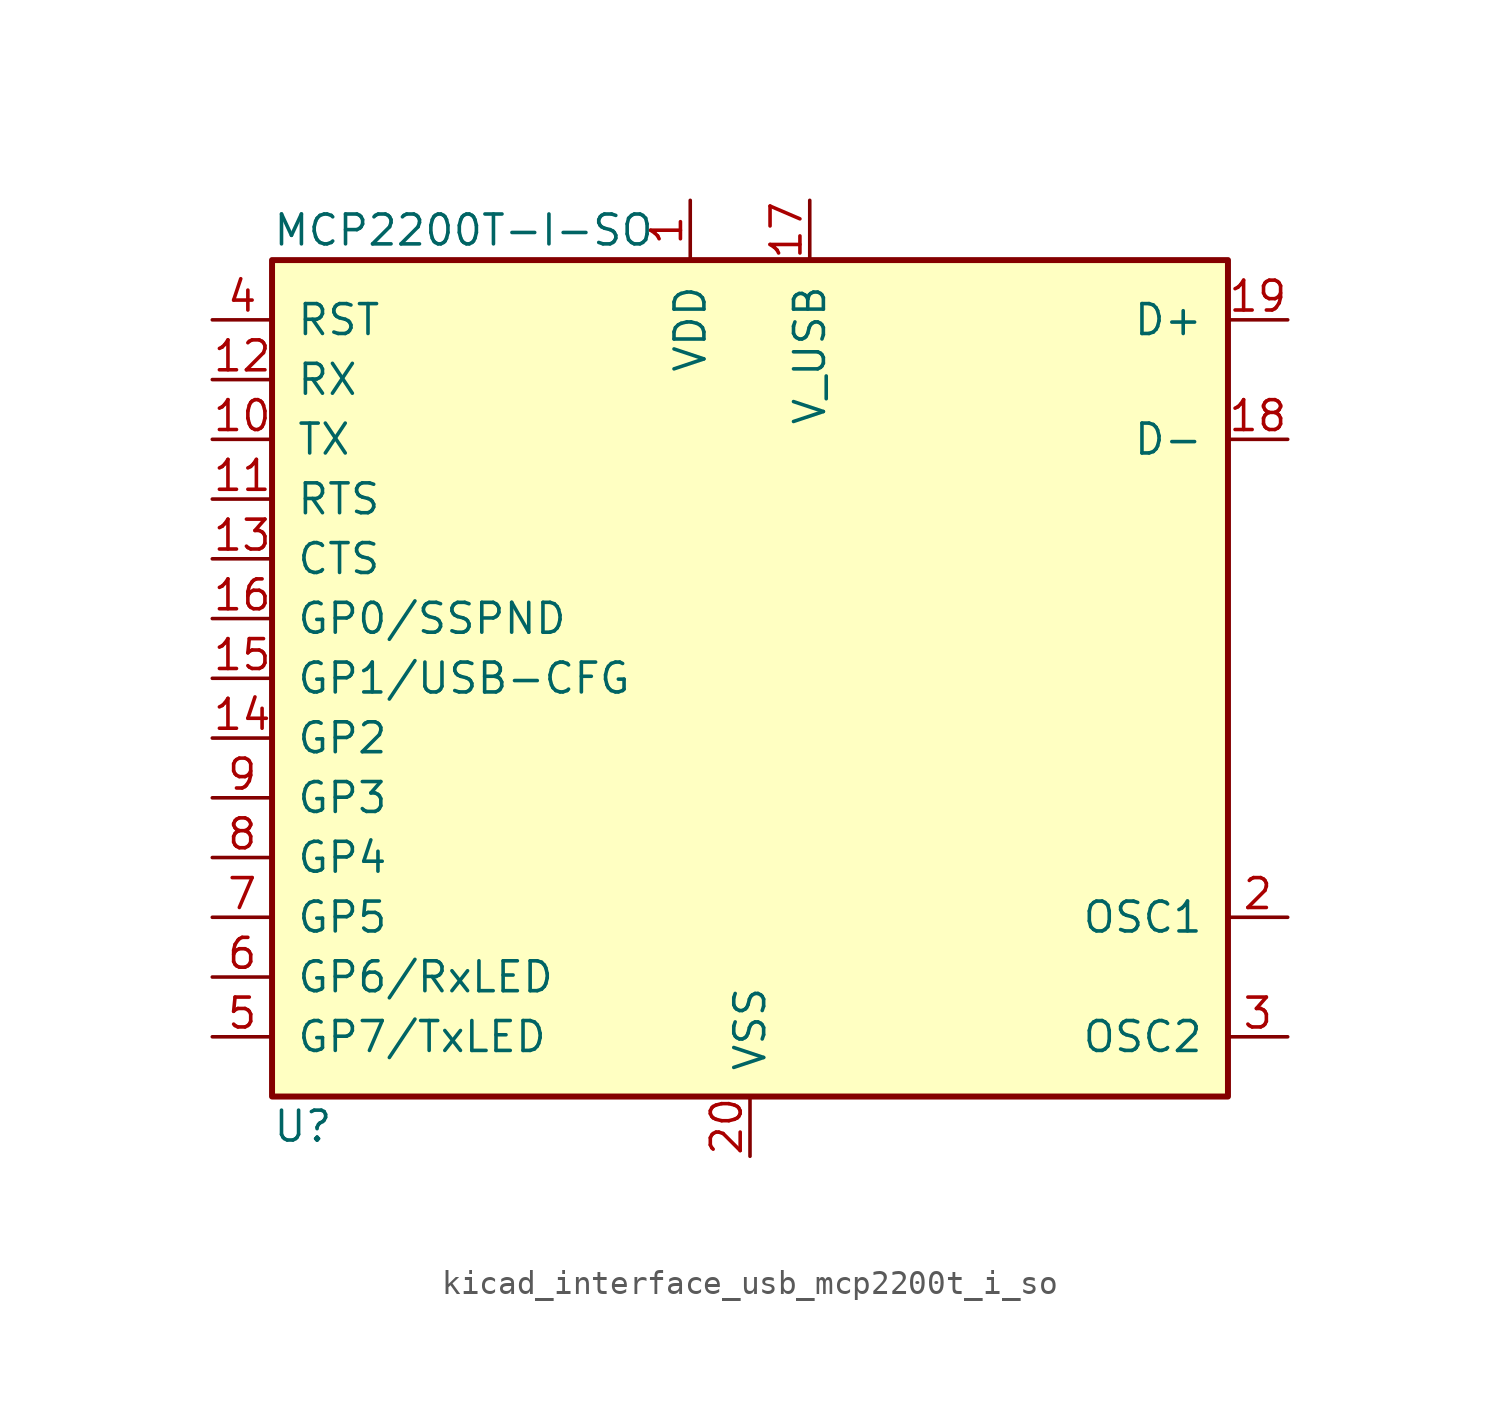
<source format=kicad_sym>
(kicad_symbol_lib
  (version 20220914)
  (generator kicad_symbol_editor)
  (symbol "kicad_interface_usb_mcp2200t_i_so"
    (pin_names
      (offset 1.016))
    (property "Reference" "U"
      (at -20.32 -19.05 0)
      (effects (font (size 1.27 1.27)) (justify left)))
    (property "Value" "MCP2200T-I-SO"
      (at -20.32 19.05 0)
      (effects (font (size 1.27 1.27)) (justify left)))
    (symbol "kicad_interface_usb_mcp2200t_i_so_0_1"
      (rectangle (start -20.32 17.78) (end 20.32 -17.78) (stroke (width 0.254) (type default)) (fill (type background))))
    (symbol "kicad_interface_usb_mcp2200t_i_so_1_1"
      (pin power_in line (at -2.54 20.32 270) (length 2.54) (name "VDD" (effects (font (size 1.27 1.27)))) (number "1" (effects (font (size 1.27 1.27)))))
      (pin output line (at -22.86 10.16 0) (length 2.54) (name "TX" (effects (font (size 1.27 1.27)))) (number "10" (effects (font (size 1.27 1.27)))))
      (pin output line (at -22.86 7.62 0) (length 2.54) (name "RTS" (effects (font (size 1.27 1.27)))) (number "11" (effects (font (size 1.27 1.27)))))
      (pin input line (at -22.86 12.7 0) (length 2.54) (name "RX" (effects (font (size 1.27 1.27)))) (number "12" (effects (font (size 1.27 1.27)))))
      (pin input line (at -22.86 5.08 0) (length 2.54) (name "CTS" (effects (font (size 1.27 1.27)))) (number "13" (effects (font (size 1.27 1.27)))))
      (pin bidirectional line (at -22.86 -2.54 0) (length 2.54) (name "GP2" (effects (font (size 1.27 1.27)))) (number "14" (effects (font (size 1.27 1.27)))))
      (pin bidirectional line (at -22.86 0 0) (length 2.54) (name "GP1/USB-CFG" (effects (font (size 1.27 1.27)))) (number "15" (effects (font (size 1.27 1.27)))))
      (pin bidirectional line (at -22.86 2.54 0) (length 2.54) (name "GP0/SSPND" (effects (font (size 1.27 1.27)))) (number "16" (effects (font (size 1.27 1.27)))))
      (pin power_in line (at 2.54 20.32 270) (length 2.54) (name "V_USB" (effects (font (size 1.27 1.27)))) (number "17" (effects (font (size 1.27 1.27)))))
      (pin bidirectional line (at 22.86 10.16 180) (length 2.54) (name "D-" (effects (font (size 1.27 1.27)))) (number "18" (effects (font (size 1.27 1.27)))))
      (pin bidirectional line (at 22.86 15.24 180) (length 2.54) (name "D+" (effects (font (size 1.27 1.27)))) (number "19" (effects (font (size 1.27 1.27)))))
      (pin input line (at 22.86 -10.16 180) (length 2.54) (name "OSC1" (effects (font (size 1.27 1.27)))) (number "2" (effects (font (size 1.27 1.27)))))
      (pin power_in line (at 0 -20.32 90) (length 2.54) (name "VSS" (effects (font (size 1.27 1.27)))) (number "20" (effects (font (size 1.27 1.27)))))
      (pin output line (at 22.86 -15.24 180) (length 2.54) (name "OSC2" (effects (font (size 1.27 1.27)))) (number "3" (effects (font (size 1.27 1.27)))))
      (pin input line (at -22.86 15.24 0) (length 2.54) (name "RST" (effects (font (size 1.27 1.27)))) (number "4" (effects (font (size 1.27 1.27)))))
      (pin bidirectional line (at -22.86 -15.24 0) (length 2.54) (name "GP7/TxLED" (effects (font (size 1.27 1.27)))) (number "5" (effects (font (size 1.27 1.27)))))
      (pin bidirectional line (at -22.86 -12.7 0) (length 2.54) (name "GP6/RxLED" (effects (font (size 1.27 1.27)))) (number "6" (effects (font (size 1.27 1.27)))))
      (pin bidirectional line (at -22.86 -10.16 0) (length 2.54) (name "GP5" (effects (font (size 1.27 1.27)))) (number "7" (effects (font (size 1.27 1.27)))))
      (pin bidirectional line (at -22.86 -7.62 0) (length 2.54) (name "GP4" (effects (font (size 1.27 1.27)))) (number "8" (effects (font (size 1.27 1.27)))))
      (pin bidirectional line (at -22.86 -5.08 0) (length 2.54) (name "GP3" (effects (font (size 1.27 1.27)))) (number "9" (effects (font (size 1.27 1.27))))))))
</source>
